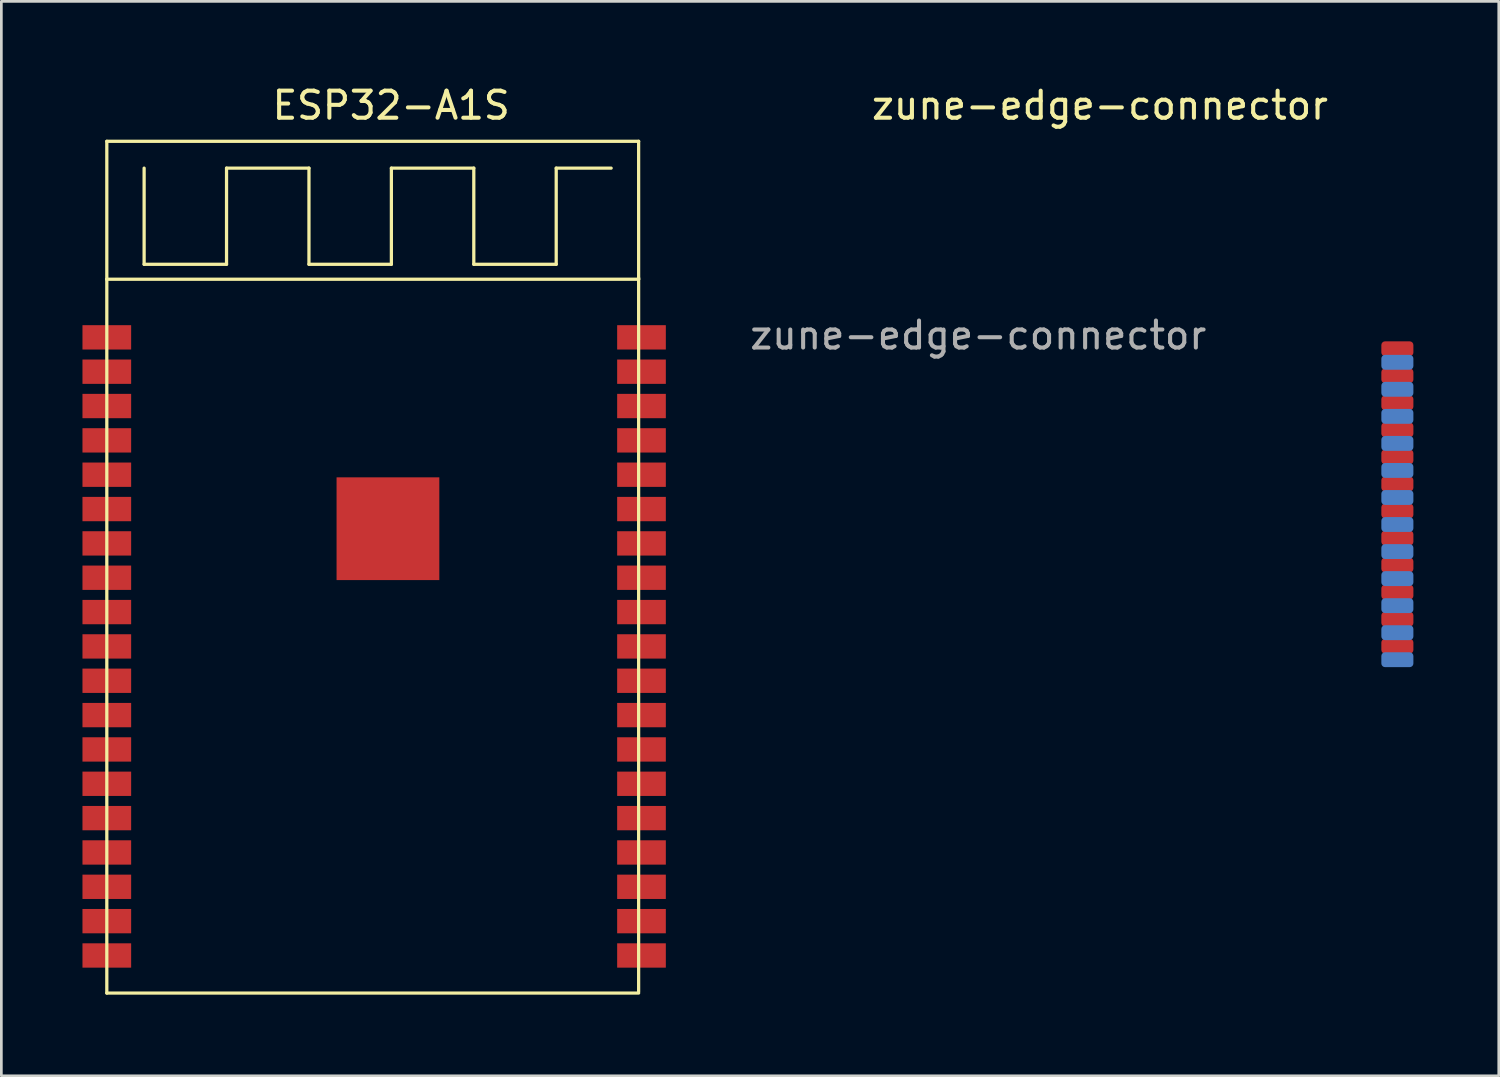
<source format=kicad_pcb>
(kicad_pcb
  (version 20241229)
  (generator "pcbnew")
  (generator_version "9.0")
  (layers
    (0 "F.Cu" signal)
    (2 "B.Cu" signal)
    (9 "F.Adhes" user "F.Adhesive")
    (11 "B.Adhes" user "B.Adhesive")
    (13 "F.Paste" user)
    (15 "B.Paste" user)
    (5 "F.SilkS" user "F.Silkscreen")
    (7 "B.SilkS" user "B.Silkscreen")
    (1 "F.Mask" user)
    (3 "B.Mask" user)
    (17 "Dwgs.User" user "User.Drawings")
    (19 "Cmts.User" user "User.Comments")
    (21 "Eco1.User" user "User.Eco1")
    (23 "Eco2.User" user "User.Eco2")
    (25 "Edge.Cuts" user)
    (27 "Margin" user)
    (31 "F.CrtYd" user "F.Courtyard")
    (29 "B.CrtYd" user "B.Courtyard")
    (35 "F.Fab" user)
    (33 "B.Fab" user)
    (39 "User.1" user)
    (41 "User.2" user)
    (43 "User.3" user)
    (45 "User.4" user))
  (footprint "ESP32-A1S"
    (layer "F.Cu")
    (at 10.916 3.676)
    (property "Reference" "ESP32-A1S" (at 0.5 -2.828 0) (layer "F.SilkS") (effects (font (size 1 1) (thickness 0.15))))
    (attr through_hole)
    (fp_line (start -10.016 -1.5) (end 9.652 -1.5) (stroke (width 0.12) (type solid)) (layer "F.SilkS"))
    (fp_line (start -10.016 3.6) (end -10.016 -1.5) (stroke (width 0.12) (type solid)) (layer "F.SilkS"))
    (fp_line (start -10.016 3.6) (end 9.652 3.6) (stroke (width 0.12) (type solid)) (layer "F.SilkS"))
    (fp_line (start -10.016 30) (end -10.016 3.6) (stroke (width 0.12) (type solid)) (layer "F.SilkS"))
    (fp_line (start -10.016 30) (end 9.652 30) (stroke (width 0.12) (type solid)) (layer "F.SilkS"))
    (fp_line (start -8.636 -0.508) (end -8.636 3.048) (stroke (width 0.12) (type solid)) (layer "F.SilkS"))
    (fp_line (start -8.636 3.048) (end -5.588 3.048) (stroke (width 0.12) (type solid)) (layer "F.SilkS"))
    (fp_line (start -5.588 -0.508) (end -2.54 -0.508) (stroke (width 0.12) (type solid)) (layer "F.SilkS"))
    (fp_line (start -5.588 3.048) (end -5.588 -0.508) (stroke (width 0.12) (type solid)) (layer "F.SilkS"))
    (fp_line (start -2.54 -0.508) (end -2.54 3.048) (stroke (width 0.12) (type solid)) (layer "F.SilkS"))
    (fp_line (start -2.54 3.048) (end 0.508 3.048) (stroke (width 0.12) (type solid)) (layer "F.SilkS"))
    (fp_line (start 0.508 -0.508) (end 3.556 -0.508) (stroke (width 0.12) (type solid)) (layer "F.SilkS"))
    (fp_line (start 0.508 3.048) (end 0.508 -0.508) (stroke (width 0.12) (type solid)) (layer "F.SilkS"))
    (fp_line (start 3.556 -0.508) (end 3.556 3.048) (stroke (width 0.12) (type solid)) (layer "F.SilkS"))
    (fp_line (start 3.556 3.048) (end 6.604 3.048) (stroke (width 0.12) (type solid)) (layer "F.SilkS"))
    (fp_line (start 6.604 -0.508) (end 8.636 -0.508) (stroke (width 0.12) (type solid)) (layer "F.SilkS"))
    (fp_line (start 6.604 3.048) (end 6.604 -0.508) (stroke (width 0.12) (type solid)) (layer "F.SilkS"))
    (fp_line (start 9.652 3.6) (end 9.652 -1.5) (stroke (width 0.12) (type solid)) (layer "F.SilkS"))
    (fp_line (start 9.652 29.956) (end 9.652 3.556) (stroke (width 0.12) (type solid)) (layer "F.SilkS"))
    (pad "1" smd rect (at -10.016 5.75) (size 1.8 0.9) (layers "F.Cu" "F.Mask" "F.Paste"))
    (pad "2" smd rect (at -10.016 7.02) (size 1.8 0.9) (layers "F.Cu" "F.Mask" "F.Paste"))
    (pad "3" smd rect (at -10.016 8.29) (size 1.8 0.9) (layers "F.Cu" "F.Mask" "F.Paste"))
    (pad "4" smd rect (at -10.016 9.56) (size 1.8 0.9) (layers "F.Cu" "F.Mask" "F.Paste"))
    (pad "5" smd rect (at -10.016 10.83) (size 1.8 0.9) (layers "F.Cu" "F.Mask" "F.Paste"))
    (pad "6" smd rect (at -10.016 12.1) (size 1.8 0.9) (layers "F.Cu" "F.Mask" "F.Paste"))
    (pad "7" smd rect (at -10.016 13.37) (size 1.8 0.9) (layers "F.Cu" "F.Mask" "F.Paste"))
    (pad "8" smd rect (at -10.016 14.64) (size 1.8 0.9) (layers "F.Cu" "F.Mask" "F.Paste"))
    (pad "9" smd rect (at -10.016 15.91) (size 1.8 0.9) (layers "F.Cu" "F.Mask" "F.Paste"))
    (pad "10" smd rect (at -10.016 17.18) (size 1.8 0.9) (layers "F.Cu" "F.Mask" "F.Paste"))
    (pad "11" smd rect (at -10.016 18.45) (size 1.8 0.9) (layers "F.Cu" "F.Mask" "F.Paste"))
    (pad "12" smd rect (at -10.016 19.72) (size 1.8 0.9) (layers "F.Cu" "F.Mask" "F.Paste"))
    (pad "13" smd rect (at -10.016 20.99) (size 1.8 0.9) (layers "F.Cu" "F.Mask" "F.Paste"))
    (pad "14" smd rect (at -10.016 22.26) (size 1.8 0.9) (layers "F.Cu" "F.Mask" "F.Paste"))
    (pad "15" smd rect (at -10.016 23.53) (size 1.8 0.9) (layers "F.Cu" "F.Mask" "F.Paste"))
    (pad "16" smd rect (at -10.016 24.8) (size 1.8 0.9) (layers "F.Cu" "F.Mask" "F.Paste"))
    (pad "17" smd rect (at -10.016 26.07) (size 1.8 0.9) (layers "F.Cu" "F.Mask" "F.Paste"))
    (pad "18" smd rect (at -10.016 27.34) (size 1.8 0.9) (layers "F.Cu" "F.Mask" "F.Paste"))
    (pad "19" smd rect (at -10.016 28.61) (size 1.8 0.9) (layers "F.Cu" "F.Mask" "F.Paste"))
    (pad "20" smd rect (at 9.758 28.61) (size 1.8 0.9) (layers "F.Cu" "F.Mask" "F.Paste"))
    (pad "21" smd rect (at 9.758 27.34) (size 1.8 0.9) (layers "F.Cu" "F.Mask" "F.Paste"))
    (pad "22" smd rect (at 9.758 26.07) (size 1.8 0.9) (layers "F.Cu" "F.Mask" "F.Paste"))
    (pad "23" smd rect (at 9.758 24.8) (size 1.8 0.9) (layers "F.Cu" "F.Mask" "F.Paste"))
    (pad "24" smd rect (at 9.758 23.53) (size 1.8 0.9) (layers "F.Cu" "F.Mask" "F.Paste"))
    (pad "25" smd rect (at 9.758 22.26) (size 1.8 0.9) (layers "F.Cu" "F.Mask" "F.Paste"))
    (pad "26" smd rect (at 9.758 20.99) (size 1.8 0.9) (layers "F.Cu" "F.Mask" "F.Paste"))
    (pad "27" smd rect (at 9.758 19.72) (size 1.8 0.9) (layers "F.Cu" "F.Mask" "F.Paste"))
    (pad "28" smd rect (at 9.758 18.45) (size 1.8 0.9) (layers "F.Cu" "F.Mask" "F.Paste"))
    (pad "29" smd rect (at 9.758 17.18) (size 1.8 0.9) (layers "F.Cu" "F.Mask" "F.Paste"))
    (pad "30" smd rect (at 9.758 15.91) (size 1.8 0.9) (layers "F.Cu" "F.Mask" "F.Paste"))
    (pad "31" smd rect (at 9.758 14.64) (size 1.8 0.9) (layers "F.Cu" "F.Mask" "F.Paste"))
    (pad "32" smd rect (at 9.758 13.37) (size 1.8 0.9) (layers "F.Cu" "F.Mask" "F.Paste"))
    (pad "33" smd rect (at 9.758 12.1) (size 1.8 0.9) (layers "F.Cu" "F.Mask" "F.Paste"))
    (pad "34" smd rect (at 9.758 10.83) (size 1.8 0.9) (layers "F.Cu" "F.Mask" "F.Paste"))
    (pad "35" smd rect (at 9.758 9.56) (size 1.8 0.9) (layers "F.Cu" "F.Mask" "F.Paste"))
    (pad "36" smd rect (at 9.758 8.29) (size 1.8 0.9) (layers "F.Cu" "F.Mask" "F.Paste"))
    (pad "37" smd rect (at 9.758 7.02) (size 1.8 0.9) (layers "F.Cu" "F.Mask" "F.Paste"))
    (pad "38" smd rect (at 9.758 5.75) (size 1.8 0.9) (layers "F.Cu" "F.Mask" "F.Paste"))
    (pad "GND" smd rect (at 0.381 12.827) (size 3.8 3.8) (layers "F.Cu" "F.Mask" "F.Paste")))
  (footprint "zune-edge-connector"
    (layer "F.Cu")
    (at 49.128 15.598)
    (property "Reference" "zune-edge-connector" (at -11.5 -14.75 0) (unlocked yes) (layer "F.SilkS") (effects (font (size 1 1) (thickness 0.15))))
    (attr smd)
    (fp_text user "${REFERENCE}" (at -16 -6.25 0) (unlocked yes) (layer "F.Fab") (effects (font (size 1 1) (thickness 0.15))))
    (pad "1" smd roundrect (at -0.5 -5.25) (size 1.185 0.55) (layers "B.Cu" "B.Mask" "B.Paste") (roundrect_rratio 0.25))
    (pad "2" smd roundrect (at -0.5 -5.75) (size 1.185 0.55) (layers "F.Cu" "F.Mask" "F.Paste") (roundrect_rratio 0.25))
    (pad "3" smd roundrect (at -0.5 -4.25) (size 1.185 0.55) (layers "B.Cu" "B.Mask" "B.Paste") (roundrect_rratio 0.25))
    (pad "4" smd roundrect (at -0.5 -4.75) (size 1.185 0.55) (layers "F.Cu" "F.Mask" "F.Paste") (roundrect_rratio 0.25))
    (pad "5" smd roundrect (at -0.5 -3.25) (size 1.185 0.55) (layers "B.Cu" "B.Mask" "B.Paste") (roundrect_rratio 0.25))
    (pad "6" smd roundrect (at -0.5 -3.75) (size 1.185 0.55) (layers "F.Cu" "F.Mask" "F.Paste") (roundrect_rratio 0.25))
    (pad "7" smd roundrect (at -0.5 -2.25) (size 1.185 0.55) (layers "B.Cu" "B.Mask" "B.Paste") (roundrect_rratio 0.25))
    (pad "8" smd roundrect (at -0.5 -2.75) (size 1.185 0.55) (layers "F.Cu" "F.Mask" "F.Paste") (roundrect_rratio 0.25))
    (pad "9" smd roundrect (at -0.5 -1.25) (size 1.185 0.55) (layers "B.Cu" "B.Mask" "B.Paste") (roundrect_rratio 0.25))
    (pad "10" smd roundrect (at -0.5 -1.75) (size 1.185 0.55) (layers "F.Cu" "F.Mask" "F.Paste") (roundrect_rratio 0.25))
    (pad "11" smd roundrect (at -0.5 -0.25) (size 1.185 0.55) (layers "B.Cu" "B.Mask" "B.Paste") (roundrect_rratio 0.25))
    (pad "12" smd roundrect (at -0.5 -0.75) (size 1.185 0.55) (layers "F.Cu" "F.Mask" "F.Paste") (roundrect_rratio 0.25))
    (pad "13" smd roundrect (at -0.5 0.75) (size 1.185 0.55) (layers "B.Cu" "B.Mask" "B.Paste") (roundrect_rratio 0.25))
    (pad "14" smd roundrect (at -0.5 0.25) (size 1.185 0.55) (layers "F.Cu" "F.Mask" "F.Paste") (roundrect_rratio 0.25))
    (pad "15" smd roundrect (at -0.5 1.75) (size 1.185 0.55) (layers "B.Cu" "B.Mask" "B.Paste") (roundrect_rratio 0.25))
    (pad "16" smd roundrect (at -0.5 1.25) (size 1.185 0.55) (layers "F.Cu" "F.Mask" "F.Paste") (roundrect_rratio 0.25))
    (pad "17" smd roundrect (at -0.5 2.75) (size 1.185 0.55) (layers "B.Cu" "B.Mask" "B.Paste") (roundrect_rratio 0.25))
    (pad "18" smd roundrect (at -0.5 2.25) (size 1.185 0.55) (layers "F.Cu" "F.Mask" "F.Paste") (roundrect_rratio 0.25))
    (pad "19" smd roundrect (at -0.5 3.75) (size 1.185 0.55) (layers "B.Cu" "B.Mask" "B.Paste") (roundrect_rratio 0.25))
    (pad "20" smd roundrect (at -0.5 3.25) (size 1.185 0.55) (layers "F.Cu" "F.Mask" "F.Paste") (roundrect_rratio 0.25))
    (pad "21" smd roundrect (at -0.5 4.75) (size 1.185 0.55) (layers "B.Cu" "B.Mask" "B.Paste") (roundrect_rratio 0.25))
    (pad "22" smd roundrect (at -0.5 4.25) (size 1.185 0.55) (layers "F.Cu" "F.Mask" "F.Paste") (roundrect_rratio 0.25))
    (pad "23" smd roundrect (at -0.5 5.75) (size 1.185 0.55) (layers "B.Cu" "B.Mask" "B.Paste") (roundrect_rratio 0.25))
    (pad "24" smd roundrect (at -0.5 5.25) (size 1.185 0.55) (layers "F.Cu" "F.Mask" "F.Paste") (roundrect_rratio 0.25))
    (zone (net_name "") (layer "B.CrtYd") (hatch edge 0.508) (connect_pads) (min_thickness 0.254) (filled_areas_thickness no) (keepout (tracks allowed) (vias allowed) (pads allowed) (copperpour allowed) (footprints not_allowed)) (placement (enabled no)) (fill) (polygon (pts (xy 49.128 10.098) (xy 46.628 10.098) (xy 46.628 5.598) (xy 49.128 5.598))))
    (zone (net_name "") (layer "B.CrtYd") (hatch edge 0.508) (connect_pads) (min_thickness 0.254) (filled_areas_thickness no) (keepout (tracks allowed) (vias allowed) (pads allowed) (copperpour allowed) (footprints not_allowed)) (placement (enabled no)) (fill) (polygon (pts (xy 49.128 24.598) (xy 46.628 24.598) (xy 46.628 21.598) (xy 49.128 21.598))))
    (zone (net_name "") (layer "F.CrtYd") (hatch edge 0.508) (connect_pads) (min_thickness 0.254) (filled_areas_thickness no) (keepout (tracks allowed) (vias allowed) (pads allowed) (copperpour allowed) (footprints not_allowed)) (placement (enabled no)) (fill) (polygon (pts (xy 49.128 9.598) (xy 46.628 9.598) (xy 46.628 7.598) (xy 49.128 7.598))))
    (zone (net_name "") (layer "F.CrtYd") (hatch edge 0.508) (connect_pads) (min_thickness 0.254) (filled_areas_thickness no) (keepout (tracks allowed) (vias allowed) (pads allowed) (copperpour allowed) (footprints not_allowed)) (placement (enabled no)) (fill) (polygon (pts (xy 49.128 23.348) (xy 46.628 23.348) (xy 46.628 21.098) (xy 49.128 21.098)))))
  (gr_rect
    (start -3 -3)
    (end 52.378 36.736)
    (stroke (width 0.1) (type default))
    (fill no)
    (layer "Edge.Cuts")))
</source>
